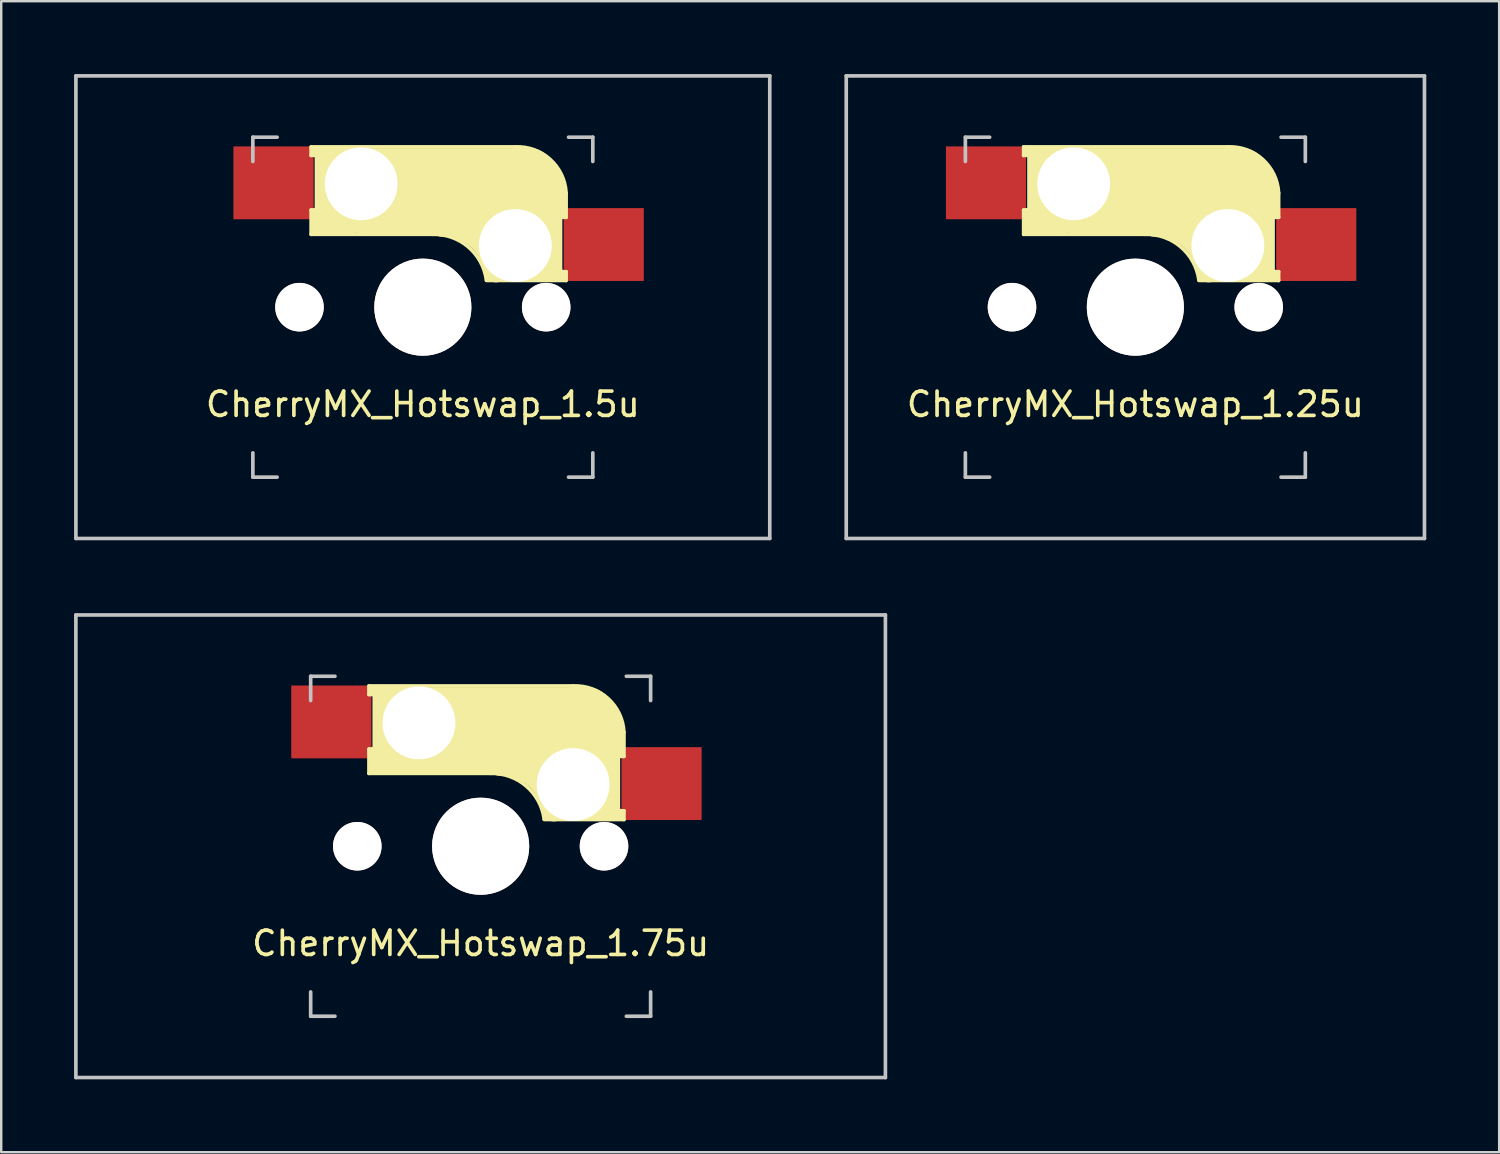
<source format=kicad_pcb>
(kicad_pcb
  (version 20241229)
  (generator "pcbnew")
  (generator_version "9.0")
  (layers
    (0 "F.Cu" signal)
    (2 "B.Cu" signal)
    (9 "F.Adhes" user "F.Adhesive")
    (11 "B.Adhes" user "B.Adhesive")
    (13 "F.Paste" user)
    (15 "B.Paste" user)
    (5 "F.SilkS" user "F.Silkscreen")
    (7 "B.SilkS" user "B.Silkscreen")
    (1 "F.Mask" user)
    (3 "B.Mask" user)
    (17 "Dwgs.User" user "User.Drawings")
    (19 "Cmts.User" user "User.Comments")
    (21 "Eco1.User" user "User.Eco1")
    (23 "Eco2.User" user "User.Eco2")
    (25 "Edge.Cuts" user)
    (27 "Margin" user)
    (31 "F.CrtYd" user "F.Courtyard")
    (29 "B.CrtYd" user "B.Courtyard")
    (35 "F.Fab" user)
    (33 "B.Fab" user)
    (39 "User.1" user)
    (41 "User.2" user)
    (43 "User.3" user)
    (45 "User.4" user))
  (footprint "CherryMX_Hotswap_1.5u"
    (layer "F.Cu")
    (at 14.363 9.6)
    (property "Reference" "CherryMX_Hotswap_1.5u" (at 0 4 0) (layer "F.SilkS") (effects (font (size 1 1) (thickness 0.15))))
    (attr smd)
    (fp_line (start -4.6 -6.6) (end -4.6 -6.25) (stroke (width 0.15) (type solid)) (layer "F.SilkS"))
    (fp_line (start -4.6 -6.25) (end -4.4 -6.25) (stroke (width 0.15) (type solid)) (layer "F.SilkS"))
    (fp_line (start -4.6 -4) (end -4.6 -3) (stroke (width 0.15) (type solid)) (layer "F.SilkS"))
    (fp_line (start -4.6 -3) (end 0.4 -3) (stroke (width 0.15) (type solid)) (layer "F.SilkS"))
    (fp_line (start -4.4 -4) (end -4.6 -4) (stroke (width 0.15) (type solid)) (layer "F.SilkS"))
    (fp_line (start -4.4 -3.2) (end -4.4 -3.9) (stroke (width 0.4) (type solid)) (layer "F.SilkS"))
    (fp_line (start -4.38 -6.25) (end -4.38 -4) (stroke (width 0.15) (type solid)) (layer "F.SilkS"))
    (fp_line (start -3.9 -3.5) (end -3.9 -6) (stroke (width 1) (type solid)) (layer "F.SilkS"))
    (fp_line (start -3 -6.4) (end -4.4 -6.4) (stroke (width 0.4) (type solid)) (layer "F.SilkS"))
    (fp_line (start -2.9 -3.3) (end -4.3 -3.3) (stroke (width 0.5) (type solid)) (layer "F.SilkS"))
    (fp_line (start 2.62 -1.1) (end 5.9 -1.1) (stroke (width 0.15) (type solid)) (layer "F.SilkS"))
    (fp_line (start 3 -1.3) (end 5.7 -1.3) (stroke (width 0.5) (type solid)) (layer "F.SilkS"))
    (fp_line (start 3.8 -6.6) (end -4.6 -6.6) (stroke (width 0.15) (type solid)) (layer "F.SilkS"))
    (fp_line (start 4.1 -4.8) (end -2.6 -4.8) (stroke (width 3.5) (type solid)) (layer "F.SilkS"))
    (fp_line (start 4.17 -2.86) (end 4.17 -5.1) (stroke (width 3) (type solid)) (layer "F.SilkS"))
    (fp_line (start 5.3 -3.4) (end 5.3 -1.6) (stroke (width 0.8) (type solid)) (layer "F.SilkS"))
    (fp_line (start 5.67 -1.46) (end 5.67 -3.7) (stroke (width 0.15) (type solid)) (layer "F.SilkS"))
    (fp_line (start 5.7 -3.7) (end 5.9 -3.7) (stroke (width 0.15) (type solid)) (layer "F.SilkS"))
    (fp_line (start 5.8 -4.7) (end 5.8 -3.8) (stroke (width 0.3) (type solid)) (layer "F.SilkS"))
    (fp_line (start 5.9 -3.7) (end 5.9 -4.7) (stroke (width 0.15) (type solid)) (layer "F.SilkS"))
    (fp_line (start 5.9 -1.46) (end 5.7 -1.46) (stroke (width 0.15) (type solid)) (layer "F.SilkS"))
    (fp_line (start 5.9 -1.46) (end 5.9 -1.1) (stroke (width 0.15) (type solid)) (layer "F.SilkS"))
    (fp_arc (start 0.4 -3) (mid 1.868709 -2.486118) (end 2.616318 -1.121471) (stroke (width 0.15) (type solid)) (layer "F.SilkS"))
    (fp_arc (start 0.8 -3.4) (mid 2.268709 -2.886118) (end 3.016318 -1.521471) (stroke (width 1) (type solid)) (layer "F.SilkS"))
    (fp_arc (start 3.800001 -6.6) (mid 5.243504 -6.084924) (end 5.9 -4.699999) (stroke (width 0.15) (type solid)) (layer "F.SilkS"))
    (fp_line (start -14.287 -9.525) (end 14.287 -9.525) (stroke (width 0.15) (type solid)) (layer "Dwgs.User"))
    (fp_line (start -14.287 9.525) (end -14.287 -9.525) (stroke (width 0.15) (type solid)) (layer "Dwgs.User"))
    (fp_line (start -7 -6) (end -7 -7) (stroke (width 0.15) (type solid)) (layer "Dwgs.User"))
    (fp_line (start -7 6) (end -7 7) (stroke (width 0.15) (type solid)) (layer "Dwgs.User"))
    (fp_line (start -7 7) (end -6 7) (stroke (width 0.15) (type solid)) (layer "Dwgs.User"))
    (fp_line (start -6 -7) (end -7 -7) (stroke (width 0.15) (type solid)) (layer "Dwgs.User"))
    (fp_line (start 6 -7) (end 7 -7) (stroke (width 0.15) (type solid)) (layer "Dwgs.User"))
    (fp_line (start 6 7) (end 7 7) (stroke (width 0.15) (type solid)) (layer "Dwgs.User"))
    (fp_line (start 7 -7) (end 7 -6) (stroke (width 0.15) (type solid)) (layer "Dwgs.User"))
    (fp_line (start 7 7) (end 7 6) (stroke (width 0.15) (type solid)) (layer "Dwgs.User"))
    (fp_line (start 14.287 -9.525) (end 14.287 9.525) (stroke (width 0.15) (type solid)) (layer "Dwgs.User"))
    (fp_line (start 14.287 9.525) (end -14.287 9.525) (stroke (width 0.15) (type solid)) (layer "Dwgs.User"))
    (pad "" np_thru_hole circle (at -5.08 0) (size 2 2) (drill 2) (layers "*.Cu" "*.Mask" "B.SilkS"))
    (pad "" np_thru_hole circle (at -2.54 -5.08 180) (size 3 3) (drill 3) (layers "*.Cu" "*.Mask"))
    (pad "" np_thru_hole circle (at 0 0 270) (size 4 4) (drill 4) (layers "*.Cu" "*.Mask" "B.SilkS"))
    (pad "" np_thru_hole circle (at 3.81 -2.54 180) (size 3 3) (drill 3) (layers "*.Cu" "*.Mask"))
    (pad "" np_thru_hole circle (at 5.08 0) (size 2 2) (drill 2) (layers "*.Cu" "*.Mask" "B.SilkS"))
    (pad "1" smd rect (at 7 -2.58 180) (size 3.3 3) (drill (offset -0.45 0)) (layers "F.Cu" "F.Mask" "F.Paste"))
    (pad "2" smd rect (at -5.7 -5.12 180) (size 3.3 3) (drill (offset 0.45 0)) (layers "F.Cu" "F.Mask" "F.Paste")))
  (footprint "CherryMX_Hotswap_1.25u"
    (layer "F.Cu")
    (at 43.706 9.6)
    (property "Reference" "CherryMX_Hotswap_1.25u" (at 0 4 0) (layer "F.SilkS") (effects (font (size 1 1) (thickness 0.15))))
    (attr smd)
    (fp_line (start -4.6 -6.6) (end -4.6 -6.25) (stroke (width 0.15) (type solid)) (layer "F.SilkS"))
    (fp_line (start -4.6 -6.25) (end -4.4 -6.25) (stroke (width 0.15) (type solid)) (layer "F.SilkS"))
    (fp_line (start -4.6 -4) (end -4.6 -3) (stroke (width 0.15) (type solid)) (layer "F.SilkS"))
    (fp_line (start -4.6 -3) (end 0.4 -3) (stroke (width 0.15) (type solid)) (layer "F.SilkS"))
    (fp_line (start -4.4 -4) (end -4.6 -4) (stroke (width 0.15) (type solid)) (layer "F.SilkS"))
    (fp_line (start -4.4 -3.2) (end -4.4 -3.9) (stroke (width 0.4) (type solid)) (layer "F.SilkS"))
    (fp_line (start -4.38 -6.25) (end -4.38 -4) (stroke (width 0.15) (type solid)) (layer "F.SilkS"))
    (fp_line (start -3.9 -3.5) (end -3.9 -6) (stroke (width 1) (type solid)) (layer "F.SilkS"))
    (fp_line (start -3 -6.4) (end -4.4 -6.4) (stroke (width 0.4) (type solid)) (layer "F.SilkS"))
    (fp_line (start -2.9 -3.3) (end -4.3 -3.3) (stroke (width 0.5) (type solid)) (layer "F.SilkS"))
    (fp_line (start 2.62 -1.1) (end 5.9 -1.1) (stroke (width 0.15) (type solid)) (layer "F.SilkS"))
    (fp_line (start 3 -1.3) (end 5.7 -1.3) (stroke (width 0.5) (type solid)) (layer "F.SilkS"))
    (fp_line (start 3.8 -6.6) (end -4.6 -6.6) (stroke (width 0.15) (type solid)) (layer "F.SilkS"))
    (fp_line (start 4.1 -4.8) (end -2.6 -4.8) (stroke (width 3.5) (type solid)) (layer "F.SilkS"))
    (fp_line (start 4.17 -2.86) (end 4.17 -5.1) (stroke (width 3) (type solid)) (layer "F.SilkS"))
    (fp_line (start 5.3 -3.4) (end 5.3 -1.6) (stroke (width 0.8) (type solid)) (layer "F.SilkS"))
    (fp_line (start 5.67 -1.46) (end 5.67 -3.7) (stroke (width 0.15) (type solid)) (layer "F.SilkS"))
    (fp_line (start 5.7 -3.7) (end 5.9 -3.7) (stroke (width 0.15) (type solid)) (layer "F.SilkS"))
    (fp_line (start 5.8 -4.7) (end 5.8 -3.8) (stroke (width 0.3) (type solid)) (layer "F.SilkS"))
    (fp_line (start 5.9 -3.7) (end 5.9 -4.7) (stroke (width 0.15) (type solid)) (layer "F.SilkS"))
    (fp_line (start 5.9 -1.46) (end 5.7 -1.46) (stroke (width 0.15) (type solid)) (layer "F.SilkS"))
    (fp_line (start 5.9 -1.46) (end 5.9 -1.1) (stroke (width 0.15) (type solid)) (layer "F.SilkS"))
    (fp_arc (start 0.4 -3) (mid 1.868709 -2.486118) (end 2.616318 -1.121471) (stroke (width 0.15) (type solid)) (layer "F.SilkS"))
    (fp_arc (start 0.8 -3.4) (mid 2.268709 -2.886118) (end 3.016318 -1.521471) (stroke (width 1) (type solid)) (layer "F.SilkS"))
    (fp_arc (start 3.800001 -6.6) (mid 5.243504 -6.084924) (end 5.9 -4.699999) (stroke (width 0.15) (type solid)) (layer "F.SilkS"))
    (fp_line (start -11.906 -9.525) (end 11.906 -9.525) (stroke (width 0.15) (type solid)) (layer "Dwgs.User"))
    (fp_line (start -11.906 9.525) (end -11.906 -9.525) (stroke (width 0.15) (type solid)) (layer "Dwgs.User"))
    (fp_line (start -7 -6) (end -7 -7) (stroke (width 0.15) (type solid)) (layer "Dwgs.User"))
    (fp_line (start -7 6) (end -7 7) (stroke (width 0.15) (type solid)) (layer "Dwgs.User"))
    (fp_line (start -7 7) (end -6 7) (stroke (width 0.15) (type solid)) (layer "Dwgs.User"))
    (fp_line (start -6 -7) (end -7 -7) (stroke (width 0.15) (type solid)) (layer "Dwgs.User"))
    (fp_line (start 6 -7) (end 7 -7) (stroke (width 0.15) (type solid)) (layer "Dwgs.User"))
    (fp_line (start 6 7) (end 7 7) (stroke (width 0.15) (type solid)) (layer "Dwgs.User"))
    (fp_line (start 7 -7) (end 7 -6) (stroke (width 0.15) (type solid)) (layer "Dwgs.User"))
    (fp_line (start 7 7) (end 7 6) (stroke (width 0.15) (type solid)) (layer "Dwgs.User"))
    (fp_line (start 11.906 -9.525) (end 11.906 9.525) (stroke (width 0.15) (type solid)) (layer "Dwgs.User"))
    (fp_line (start 11.906 9.525) (end -11.906 9.525) (stroke (width 0.15) (type solid)) (layer "Dwgs.User"))
    (pad "" np_thru_hole circle (at -5.08 0) (size 2 2) (drill 2) (layers "*.Cu" "*.Mask" "B.SilkS"))
    (pad "" np_thru_hole circle (at -2.54 -5.08 180) (size 3 3) (drill 3) (layers "*.Cu" "*.Mask"))
    (pad "" np_thru_hole circle (at 0 0 270) (size 4 4) (drill 4) (layers "*.Cu" "*.Mask" "B.SilkS"))
    (pad "" np_thru_hole circle (at 3.81 -2.54 180) (size 3 3) (drill 3) (layers "*.Cu" "*.Mask"))
    (pad "" np_thru_hole circle (at 5.08 0) (size 2 2) (drill 2) (layers "*.Cu" "*.Mask" "B.SilkS"))
    (pad "1" smd rect (at 7 -2.58 180) (size 3.3 3) (drill (offset -0.45 0)) (layers "F.Cu" "F.Mask" "F.Paste"))
    (pad "2" smd rect (at -5.7 -5.12 180) (size 3.3 3) (drill (offset 0.45 0)) (layers "F.Cu" "F.Mask" "F.Paste")))
  (footprint "CherryMX_Hotswap_1.75u"
    (layer "F.Cu")
    (at 16.744 31.8)
    (property "Reference" "CherryMX_Hotswap_1.75u" (at 0 4 0) (layer "F.SilkS") (effects (font (size 1 1) (thickness 0.15))))
    (attr smd)
    (fp_line (start -4.6 -6.6) (end -4.6 -6.25) (stroke (width 0.15) (type solid)) (layer "F.SilkS"))
    (fp_line (start -4.6 -6.25) (end -4.4 -6.25) (stroke (width 0.15) (type solid)) (layer "F.SilkS"))
    (fp_line (start -4.6 -4) (end -4.6 -3) (stroke (width 0.15) (type solid)) (layer "F.SilkS"))
    (fp_line (start -4.6 -3) (end 0.4 -3) (stroke (width 0.15) (type solid)) (layer "F.SilkS"))
    (fp_line (start -4.4 -4) (end -4.6 -4) (stroke (width 0.15) (type solid)) (layer "F.SilkS"))
    (fp_line (start -4.4 -3.2) (end -4.4 -3.9) (stroke (width 0.4) (type solid)) (layer "F.SilkS"))
    (fp_line (start -4.38 -6.25) (end -4.38 -4) (stroke (width 0.15) (type solid)) (layer "F.SilkS"))
    (fp_line (start -3.9 -3.5) (end -3.9 -6) (stroke (width 1) (type solid)) (layer "F.SilkS"))
    (fp_line (start -3 -6.4) (end -4.4 -6.4) (stroke (width 0.4) (type solid)) (layer "F.SilkS"))
    (fp_line (start -2.9 -3.3) (end -4.3 -3.3) (stroke (width 0.5) (type solid)) (layer "F.SilkS"))
    (fp_line (start 2.62 -1.1) (end 5.9 -1.1) (stroke (width 0.15) (type solid)) (layer "F.SilkS"))
    (fp_line (start 3 -1.3) (end 5.7 -1.3) (stroke (width 0.5) (type solid)) (layer "F.SilkS"))
    (fp_line (start 3.8 -6.6) (end -4.6 -6.6) (stroke (width 0.15) (type solid)) (layer "F.SilkS"))
    (fp_line (start 4.1 -4.8) (end -2.6 -4.8) (stroke (width 3.5) (type solid)) (layer "F.SilkS"))
    (fp_line (start 4.17 -2.86) (end 4.17 -5.1) (stroke (width 3) (type solid)) (layer "F.SilkS"))
    (fp_line (start 5.3 -3.4) (end 5.3 -1.6) (stroke (width 0.8) (type solid)) (layer "F.SilkS"))
    (fp_line (start 5.67 -1.46) (end 5.67 -3.7) (stroke (width 0.15) (type solid)) (layer "F.SilkS"))
    (fp_line (start 5.7 -3.7) (end 5.9 -3.7) (stroke (width 0.15) (type solid)) (layer "F.SilkS"))
    (fp_line (start 5.8 -4.7) (end 5.8 -3.8) (stroke (width 0.3) (type solid)) (layer "F.SilkS"))
    (fp_line (start 5.9 -3.7) (end 5.9 -4.7) (stroke (width 0.15) (type solid)) (layer "F.SilkS"))
    (fp_line (start 5.9 -1.46) (end 5.7 -1.46) (stroke (width 0.15) (type solid)) (layer "F.SilkS"))
    (fp_line (start 5.9 -1.46) (end 5.9 -1.1) (stroke (width 0.15) (type solid)) (layer "F.SilkS"))
    (fp_arc (start 0.4 -3) (mid 1.868709 -2.486118) (end 2.616318 -1.121471) (stroke (width 0.15) (type solid)) (layer "F.SilkS"))
    (fp_arc (start 0.8 -3.4) (mid 2.268709 -2.886118) (end 3.016318 -1.521471) (stroke (width 1) (type solid)) (layer "F.SilkS"))
    (fp_arc (start 3.800001 -6.6) (mid 5.243504 -6.084924) (end 5.9 -4.699999) (stroke (width 0.15) (type solid)) (layer "F.SilkS"))
    (fp_line (start -16.669 -9.525) (end 16.669 -9.525) (stroke (width 0.15) (type solid)) (layer "Dwgs.User"))
    (fp_line (start -16.669 9.525) (end -16.669 -9.525) (stroke (width 0.15) (type solid)) (layer "Dwgs.User"))
    (fp_line (start -7 -6) (end -7 -7) (stroke (width 0.15) (type solid)) (layer "Dwgs.User"))
    (fp_line (start -7 6) (end -7 7) (stroke (width 0.15) (type solid)) (layer "Dwgs.User"))
    (fp_line (start -7 7) (end -6 7) (stroke (width 0.15) (type solid)) (layer "Dwgs.User"))
    (fp_line (start -6 -7) (end -7 -7) (stroke (width 0.15) (type solid)) (layer "Dwgs.User"))
    (fp_line (start 6 -7) (end 7 -7) (stroke (width 0.15) (type solid)) (layer "Dwgs.User"))
    (fp_line (start 6 7) (end 7 7) (stroke (width 0.15) (type solid)) (layer "Dwgs.User"))
    (fp_line (start 7 -7) (end 7 -6) (stroke (width 0.15) (type solid)) (layer "Dwgs.User"))
    (fp_line (start 7 7) (end 7 6) (stroke (width 0.15) (type solid)) (layer "Dwgs.User"))
    (fp_line (start 16.669 -9.525) (end 16.669 9.525) (stroke (width 0.15) (type solid)) (layer "Dwgs.User"))
    (fp_line (start 16.669 9.525) (end -16.669 9.525) (stroke (width 0.15) (type solid)) (layer "Dwgs.User"))
    (pad "" np_thru_hole circle (at -5.08 0) (size 2 2) (drill 2) (layers "*.Cu" "*.Mask" "B.SilkS"))
    (pad "" np_thru_hole circle (at -2.54 -5.08 180) (size 3 3) (drill 3) (layers "*.Cu" "*.Mask"))
    (pad "" np_thru_hole circle (at 0 0 270) (size 4 4) (drill 4) (layers "*.Cu" "*.Mask" "B.SilkS"))
    (pad "" np_thru_hole circle (at 3.81 -2.54 180) (size 3 3) (drill 3) (layers "*.Cu" "*.Mask"))
    (pad "" np_thru_hole circle (at 5.08 0) (size 2 2) (drill 2) (layers "*.Cu" "*.Mask" "B.SilkS"))
    (pad "1" smd rect (at 7 -2.58 180) (size 3.3 3) (drill (offset -0.45 0)) (layers "F.Cu" "F.Mask" "F.Paste"))
    (pad "2" smd rect (at -5.7 -5.12 180) (size 3.3 3) (drill (offset 0.45 0)) (layers "F.Cu" "F.Mask" "F.Paste")))
  (gr_rect
    (start -3 -3)
    (end 58.688 44.4)
    (stroke (width 0.1) (type default))
    (fill no)
    (layer "Edge.Cuts")))
</source>
